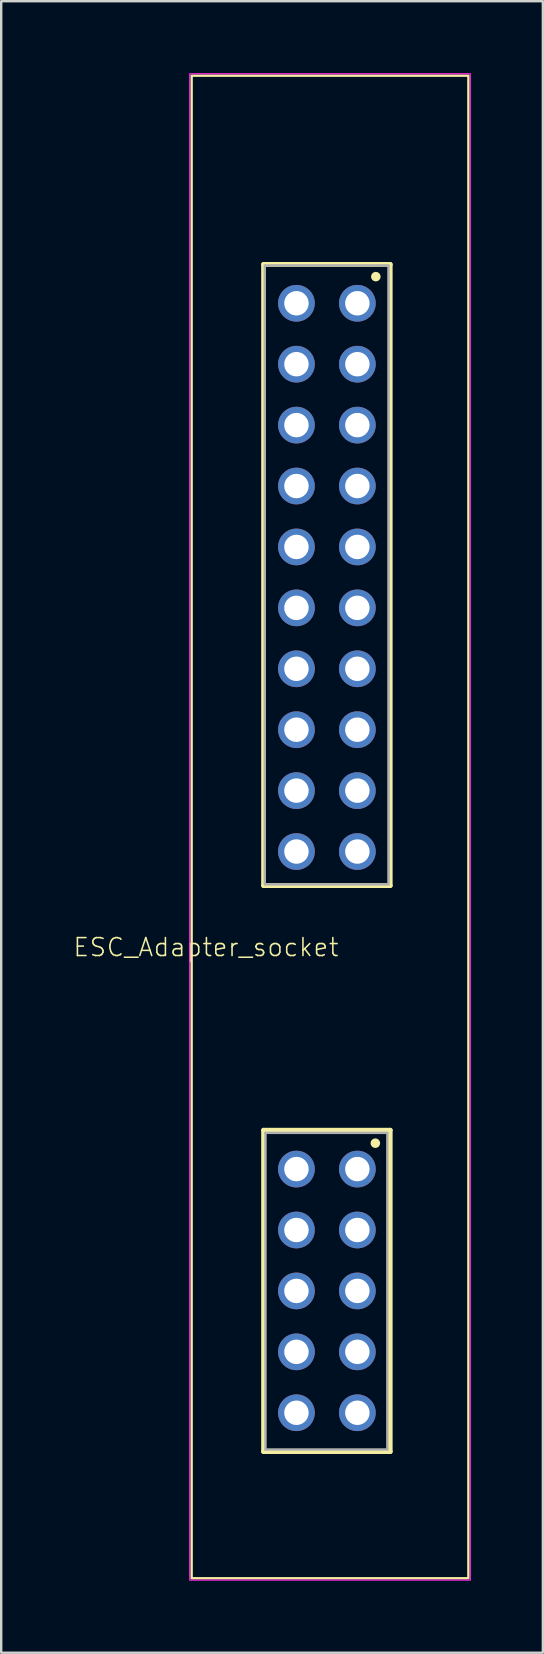
<source format=kicad_pcb>
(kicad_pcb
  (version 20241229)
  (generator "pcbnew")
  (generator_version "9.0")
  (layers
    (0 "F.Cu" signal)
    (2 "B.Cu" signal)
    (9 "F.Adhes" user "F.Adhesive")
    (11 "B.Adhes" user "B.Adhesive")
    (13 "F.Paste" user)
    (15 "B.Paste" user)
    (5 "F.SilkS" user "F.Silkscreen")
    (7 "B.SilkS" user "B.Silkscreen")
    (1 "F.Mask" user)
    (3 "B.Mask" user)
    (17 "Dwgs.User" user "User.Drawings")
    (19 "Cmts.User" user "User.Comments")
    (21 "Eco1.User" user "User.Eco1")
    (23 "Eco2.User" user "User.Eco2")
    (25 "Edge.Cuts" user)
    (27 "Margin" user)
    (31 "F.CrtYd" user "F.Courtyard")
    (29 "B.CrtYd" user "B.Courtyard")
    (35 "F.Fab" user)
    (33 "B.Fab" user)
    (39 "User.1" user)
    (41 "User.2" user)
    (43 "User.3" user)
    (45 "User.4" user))
  (footprint "ESC_Adapter_socket"
    (layer "F.Cu")
    (at 10.58 15.655)
    (property "Reference" "ESC_Adapter_socket" (at 0.54 21.23 0) (unlocked yes) (layer "F.SilkS") (effects (font (size 0.748 0.748) (thickness 0.065)) (justify right bottom)))
    (fp_line (start -2.64 -7.68) (end 2.64 -7.68) (stroke (width 0.2) (type solid)) (layer "F.SilkS"))
    (fp_line (start -2.64 18.22) (end -2.64 -7.68) (stroke (width 0.2) (type solid)) (layer "F.SilkS"))
    (fp_line (start -2.64 18.22) (end 2.64 18.22) (stroke (width 0.2) (type solid)) (layer "F.SilkS"))
    (fp_line (start -2.64 28.42) (end 2.64 28.42) (stroke (width 0.2) (type solid)) (layer "F.SilkS"))
    (fp_line (start -2.64 41.82) (end -2.64 28.42) (stroke (width 0.2) (type solid)) (layer "F.SilkS"))
    (fp_line (start 2.64 18.22) (end 2.64 -7.68) (stroke (width 0.2) (type solid)) (layer "F.SilkS"))
    (fp_line (start 2.64 28.42) (end 2.64 41.82) (stroke (width 0.2) (type solid)) (layer "F.SilkS"))
    (fp_line (start 2.64 41.82) (end -2.64 41.82) (stroke (width 0.2) (type solid)) (layer "F.SilkS"))
    (fp_rect (start -5.64 -15.55) (end 5.9 47.1) (stroke (width 0.1) (type default)) (fill no) (layer "F.SilkS"))
    (fp_circle (center 2.02 28.96) (end 2.02 29.06) (stroke (width 0.2) (type solid)) (fill no) (layer "F.SilkS"))
    (fp_circle (center 2.04 -7.17) (end 2.04 -7.07) (stroke (width 0.2) (type solid)) (fill no) (layer "F.SilkS"))
    (fp_rect (start -5.72 -15.63) (end 5.98 47.18) (stroke (width 0.05) (type default)) (fill no) (layer "F.CrtYd"))
    (fp_line (start -2.56 28.53) (end -2.56 41.73) (stroke (width 0.1) (type solid)) (layer "F.Fab"))
    (fp_line (start -2.56 41.73) (end 2.52 41.73) (stroke (width 0.1) (type solid)) (layer "F.Fab"))
    (fp_line (start 2.52 28.53) (end -2.56 28.53) (stroke (width 0.1) (type solid)) (layer "F.Fab"))
    (fp_line (start 2.52 41.73) (end 2.52 28.53) (stroke (width 0.1) (type solid)) (layer "F.Fab"))
    (fp_rect (start -2.59 -7.64) (end 2.57 18.17) (stroke (width 0.1) (type default)) (fill no) (layer "F.Fab"))
    (pad "1" thru_hole circle (at 1.27 -6.06 270) (size 1.53 1.53) (drill 1.02) (layers "*.Cu" "*.Mask"))
    (pad "2" thru_hole circle (at -1.27 -6.06 270) (size 1.53 1.53) (drill 1.02) (layers "*.Cu" "*.Mask"))
    (pad "3" thru_hole circle (at 1.27 -3.52 270) (size 1.53 1.53) (drill 1.02) (layers "*.Cu" "*.Mask"))
    (pad "4" thru_hole circle (at -1.27 -3.52 270) (size 1.53 1.53) (drill 1.02) (layers "*.Cu" "*.Mask"))
    (pad "5" thru_hole circle (at 1.27 -0.98 270) (size 1.53 1.53) (drill 1.02) (layers "*.Cu" "*.Mask"))
    (pad "6" thru_hole circle (at -1.27 -0.98 270) (size 1.53 1.53) (drill 1.02) (layers "*.Cu" "*.Mask"))
    (pad "7" thru_hole circle (at 1.27 1.56 270) (size 1.53 1.53) (drill 1.02) (layers "*.Cu" "*.Mask"))
    (pad "8" thru_hole circle (at -1.27 1.56 270) (size 1.53 1.53) (drill 1.02) (layers "*.Cu" "*.Mask"))
    (pad "9" thru_hole circle (at 1.27 4.1 270) (size 1.53 1.53) (drill 1.02) (layers "*.Cu" "*.Mask"))
    (pad "10" thru_hole circle (at -1.27 4.1 270) (size 1.53 1.53) (drill 1.02) (layers "*.Cu" "*.Mask"))
    (pad "11" thru_hole circle (at 1.27 6.64 270) (size 1.53 1.53) (drill 1.02) (layers "*.Cu" "*.Mask"))
    (pad "12" thru_hole circle (at -1.27 6.64 270) (size 1.53 1.53) (drill 1.02) (layers "*.Cu" "*.Mask"))
    (pad "13" thru_hole circle (at 1.27 9.18 270) (size 1.53 1.53) (drill 1.02) (layers "*.Cu" "*.Mask"))
    (pad "14" thru_hole circle (at -1.27 9.18 270) (size 1.53 1.53) (drill 1.02) (layers "*.Cu" "*.Mask"))
    (pad "15" thru_hole circle (at 1.27 11.72 270) (size 1.53 1.53) (drill 1.02) (layers "*.Cu" "*.Mask"))
    (pad "16" thru_hole circle (at -1.27 11.72 270) (size 1.53 1.53) (drill 1.02) (layers "*.Cu" "*.Mask"))
    (pad "17" thru_hole circle (at 1.27 14.26 270) (size 1.53 1.53) (drill 1.02) (layers "*.Cu" "*.Mask"))
    (pad "18" thru_hole circle (at -1.27 14.26 270) (size 1.53 1.53) (drill 1.02) (layers "*.Cu" "*.Mask"))
    (pad "19" thru_hole circle (at 1.27 16.8 270) (size 1.53 1.53) (drill 1.02) (layers "*.Cu" "*.Mask"))
    (pad "20" thru_hole circle (at -1.27 16.8 270) (size 1.53 1.53) (drill 1.02) (layers "*.Cu" "*.Mask"))
    (pad "21" thru_hole circle (at 1.27 30.04 270) (size 1.53 1.53) (drill 1.02) (layers "*.Cu" "*.Mask"))
    (pad "22" thru_hole circle (at -1.27 30.04 270) (size 1.53 1.53) (drill 1.02) (layers "*.Cu" "*.Mask"))
    (pad "23" thru_hole circle (at 1.27 32.58 270) (size 1.53 1.53) (drill 1.02) (layers "*.Cu" "*.Mask"))
    (pad "24" thru_hole circle (at -1.27 32.58 270) (size 1.53 1.53) (drill 1.02) (layers "*.Cu" "*.Mask"))
    (pad "25" thru_hole circle (at 1.27 35.12 270) (size 1.53 1.53) (drill 1.02) (layers "*.Cu" "*.Mask"))
    (pad "26" thru_hole circle (at -1.27 35.12 270) (size 1.53 1.53) (drill 1.02) (layers "*.Cu" "*.Mask"))
    (pad "27" thru_hole circle (at 1.27 37.66 270) (size 1.53 1.53) (drill 1.02) (layers "*.Cu" "*.Mask"))
    (pad "28" thru_hole circle (at -1.27 37.66 270) (size 1.53 1.53) (drill 1.02) (layers "*.Cu" "*.Mask"))
    (pad "29" thru_hole circle (at 1.27 40.2 270) (size 1.53 1.53) (drill 1.02) (layers "*.Cu" "*.Mask"))
    (pad "30" thru_hole circle (at -1.27 40.2 270) (size 1.53 1.53) (drill 1.02) (layers "*.Cu" "*.Mask")))
  (gr_rect
    (start -3 -3)
    (end 19.585 65.86)
    (stroke (width 0.1) (type default))
    (fill no)
    (layer "Edge.Cuts")))
</source>
